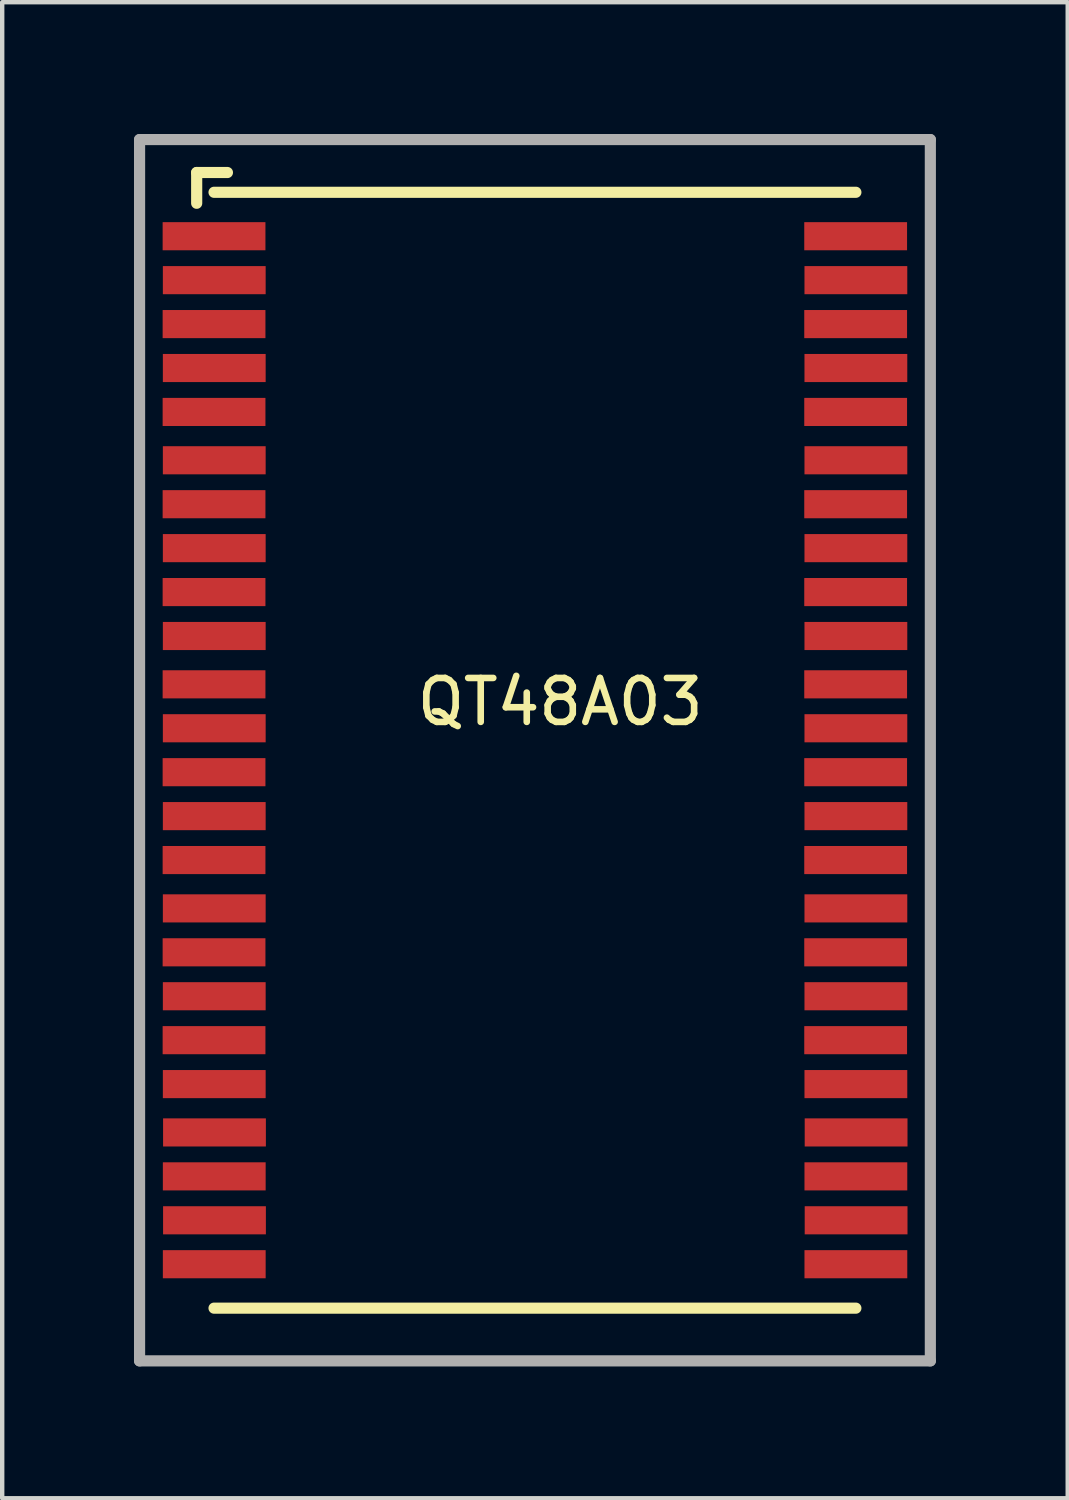
<source format=kicad_pcb>
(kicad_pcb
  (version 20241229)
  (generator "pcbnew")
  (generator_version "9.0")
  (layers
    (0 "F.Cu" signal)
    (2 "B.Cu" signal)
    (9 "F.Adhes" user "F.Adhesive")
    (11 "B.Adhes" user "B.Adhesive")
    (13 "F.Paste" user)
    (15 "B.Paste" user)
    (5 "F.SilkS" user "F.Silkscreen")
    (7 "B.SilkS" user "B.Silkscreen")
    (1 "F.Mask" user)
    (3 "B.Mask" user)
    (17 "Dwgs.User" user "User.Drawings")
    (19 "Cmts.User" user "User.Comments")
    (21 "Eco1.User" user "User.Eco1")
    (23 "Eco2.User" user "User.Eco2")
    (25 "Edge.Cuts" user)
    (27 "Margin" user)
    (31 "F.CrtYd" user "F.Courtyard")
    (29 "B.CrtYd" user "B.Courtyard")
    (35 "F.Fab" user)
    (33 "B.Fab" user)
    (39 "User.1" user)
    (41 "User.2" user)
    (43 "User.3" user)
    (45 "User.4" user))
  (footprint "QT48A03"
    (layer "F.Cu")
    (at 9.502 14.127)
    (property "Reference" "QT48A03" (at 0.2 -1.2 0) (unlocked yes) (layer "F.SilkS") (effects (font (size 1 1) (thickness 0.15))))
    (attr smd)
    (fp_line (start -8.075 -13.25) (end -7.375 -13.25) (stroke (width 0.254) (type solid)) (layer "F.SilkS"))
    (fp_line (start -8.075 -12.55) (end -8.075 -13.25) (stroke (width 0.254) (type solid)) (layer "F.SilkS"))
    (fp_line (start -7.68 -12.8) (end 6.93 -12.8) (stroke (width 0.254) (type solid)) (layer "F.SilkS"))
    (fp_line (start -7.68 12.6) (end 6.93 12.6) (stroke (width 0.254) (type solid)) (layer "F.SilkS"))
    (fp_line (start -9.375 -14) (end 8.625 -14) (stroke (width 0.254) (type solid)) (layer "F.Fab"))
    (fp_line (start -9.375 13.8) (end -9.375 -14) (stroke (width 0.254) (type solid)) (layer "F.Fab"))
    (fp_line (start -9.375 13.8) (end 8.625 13.8) (stroke (width 0.254) (type solid)) (layer "F.Fab"))
    (fp_line (start 8.625 13.8) (end 8.625 -14) (stroke (width 0.254) (type solid)) (layer "F.Fab"))
    (fp_text_box "" (start -1.746 3.45) (end -1.746 3.45) (margins 0.912 0.912 0.912 0.912) (layer "F.Cu") (effects (font (size 1.15 1) (thickness 0.15)) (justify left bottom)) (border yes) (stroke (width 0.1) (type default)))
    (pad "1" smd rect (at -7.68 -11.8) (size 2.34 0.64) (layers "F.Cu" "F.Mask" "F.Paste"))
    (pad "2" smd rect (at -7.675 -10.8) (size 2.34 0.64) (layers "F.Cu" "F.Mask" "F.Paste"))
    (pad "3" smd rect (at -7.68 -9.8) (size 2.34 0.64) (layers "F.Cu" "F.Mask" "F.Paste"))
    (pad "4" smd rect (at -7.675 -8.8) (size 2.34 0.64) (layers "F.Cu" "F.Mask" "F.Paste"))
    (pad "5" smd rect (at -7.68 -7.8) (size 2.34 0.64) (layers "F.Cu" "F.Mask" "F.Paste"))
    (pad "6" smd rect (at -7.675 -6.7) (size 2.34 0.64) (layers "F.Cu" "F.Mask" "F.Paste"))
    (pad "7" smd rect (at -7.68 -5.7) (size 2.34 0.64) (layers "F.Cu" "F.Mask" "F.Paste"))
    (pad "8" smd rect (at -7.675 -4.7) (size 2.34 0.64) (layers "F.Cu" "F.Mask" "F.Paste"))
    (pad "9" smd rect (at -7.68 -3.7) (size 2.34 0.64) (layers "F.Cu" "F.Mask" "F.Paste"))
    (pad "10" smd rect (at -7.675 -2.7) (size 2.34 0.64) (layers "F.Cu" "F.Mask" "F.Paste"))
    (pad "11" smd rect (at -7.68 -1.6) (size 2.34 0.64) (layers "F.Cu" "F.Mask" "F.Paste"))
    (pad "12" smd rect (at -7.675 -0.6) (size 2.34 0.64) (layers "F.Cu" "F.Mask" "F.Paste"))
    (pad "13" smd rect (at -7.68 0.4) (size 2.34 0.64) (layers "F.Cu" "F.Mask" "F.Paste"))
    (pad "14" smd rect (at -7.675 1.4) (size 2.34 0.64) (layers "F.Cu" "F.Mask" "F.Paste"))
    (pad "15" smd rect (at -7.68 2.4) (size 2.34 0.64) (layers "F.Cu" "F.Mask" "F.Paste"))
    (pad "16" smd rect (at -7.675 3.5) (size 2.34 0.64) (layers "F.Cu" "F.Mask" "F.Paste"))
    (pad "17" smd rect (at -7.68 4.5) (size 2.34 0.64) (layers "F.Cu" "F.Mask" "F.Paste"))
    (pad "18" smd rect (at -7.675 5.5) (size 2.34 0.64) (layers "F.Cu" "F.Mask" "F.Paste"))
    (pad "19" smd rect (at -7.68 6.5) (size 2.34 0.64) (layers "F.Cu" "F.Mask" "F.Paste"))
    (pad "20" smd rect (at -7.675 7.5) (size 2.34 0.64) (layers "F.Cu" "F.Mask" "F.Paste"))
    (pad "21" smd rect (at -7.67 8.6) (size 2.34 0.64) (layers "F.Cu" "F.Mask" "F.Paste"))
    (pad "22" smd rect (at -7.675 9.6) (size 2.34 0.64) (layers "F.Cu" "F.Mask" "F.Paste"))
    (pad "23" smd rect (at -7.67 10.6) (size 2.34 0.64) (layers "F.Cu" "F.Mask" "F.Paste"))
    (pad "24" smd rect (at -7.675 11.6) (size 2.34 0.64) (layers "F.Cu" "F.Mask" "F.Paste"))
    (pad "25" smd rect (at 6.93 11.6) (size 2.34 0.64) (layers "F.Cu" "F.Mask" "F.Paste"))
    (pad "26" smd rect (at 6.935 10.6) (size 2.34 0.64) (layers "F.Cu" "F.Mask" "F.Paste"))
    (pad "27" smd rect (at 6.93 9.6) (size 2.34 0.64) (layers "F.Cu" "F.Mask" "F.Paste"))
    (pad "28" smd rect (at 6.935 8.6) (size 2.34 0.64) (layers "F.Cu" "F.Mask" "F.Paste"))
    (pad "29" smd rect (at 6.93 7.5) (size 2.34 0.64) (layers "F.Cu" "F.Mask" "F.Paste"))
    (pad "30" smd rect (at 6.925 6.5) (size 2.34 0.64) (layers "F.Cu" "F.Mask" "F.Paste"))
    (pad "31" smd rect (at 6.93 5.5) (size 2.34 0.64) (layers "F.Cu" "F.Mask" "F.Paste"))
    (pad "32" smd rect (at 6.925 4.5) (size 2.34 0.64) (layers "F.Cu" "F.Mask" "F.Paste"))
    (pad "33" smd rect (at 6.93 3.5) (size 2.34 0.64) (layers "F.Cu" "F.Mask" "F.Paste"))
    (pad "34" smd rect (at 6.925 2.4) (size 2.34 0.64) (layers "F.Cu" "F.Mask" "F.Paste"))
    (pad "35" smd rect (at 6.93 1.4) (size 2.34 0.64) (layers "F.Cu" "F.Mask" "F.Paste"))
    (pad "36" smd rect (at 6.925 0.4) (size 2.34 0.64) (layers "F.Cu" "F.Mask" "F.Paste"))
    (pad "37" smd rect (at 6.93 -0.6) (size 2.34 0.64) (layers "F.Cu" "F.Mask" "F.Paste"))
    (pad "38" smd rect (at 6.925 -1.6) (size 2.34 0.64) (layers "F.Cu" "F.Mask" "F.Paste"))
    (pad "39" smd rect (at 6.93 -2.7) (size 2.34 0.64) (layers "F.Cu" "F.Mask" "F.Paste"))
    (pad "40" smd rect (at 6.925 -3.7) (size 2.34 0.64) (layers "F.Cu" "F.Mask" "F.Paste"))
    (pad "41" smd rect (at 6.93 -4.7) (size 2.34 0.64) (layers "F.Cu" "F.Mask" "F.Paste"))
    (pad "42" smd rect (at 6.925 -5.7) (size 2.34 0.64) (layers "F.Cu" "F.Mask" "F.Paste"))
    (pad "43" smd rect (at 6.93 -6.7) (size 2.34 0.64) (layers "F.Cu" "F.Mask" "F.Paste"))
    (pad "44" smd rect (at 6.925 -7.8) (size 2.34 0.64) (layers "F.Cu" "F.Mask" "F.Paste"))
    (pad "45" smd rect (at 6.93 -8.8) (size 2.34 0.64) (layers "F.Cu" "F.Mask" "F.Paste"))
    (pad "46" smd rect (at 6.925 -9.8) (size 2.34 0.64) (layers "F.Cu" "F.Mask" "F.Paste"))
    (pad "47" smd rect (at 6.93 -10.8) (size 2.34 0.64) (layers "F.Cu" "F.Mask" "F.Paste"))
    (pad "48" smd rect (at 6.925 -11.8) (size 2.34 0.64) (layers "F.Cu" "F.Mask" "F.Paste")))
  (gr_rect
    (start -3 -3)
    (end 21.254 31.054)
    (stroke (width 0.1) (type default))
    (fill no)
    (layer "Edge.Cuts")))
</source>
